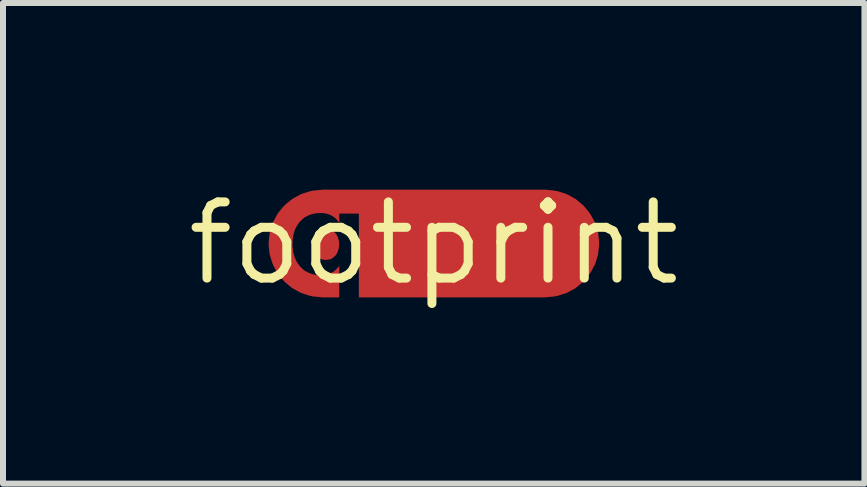
<source format=kicad_pcb>
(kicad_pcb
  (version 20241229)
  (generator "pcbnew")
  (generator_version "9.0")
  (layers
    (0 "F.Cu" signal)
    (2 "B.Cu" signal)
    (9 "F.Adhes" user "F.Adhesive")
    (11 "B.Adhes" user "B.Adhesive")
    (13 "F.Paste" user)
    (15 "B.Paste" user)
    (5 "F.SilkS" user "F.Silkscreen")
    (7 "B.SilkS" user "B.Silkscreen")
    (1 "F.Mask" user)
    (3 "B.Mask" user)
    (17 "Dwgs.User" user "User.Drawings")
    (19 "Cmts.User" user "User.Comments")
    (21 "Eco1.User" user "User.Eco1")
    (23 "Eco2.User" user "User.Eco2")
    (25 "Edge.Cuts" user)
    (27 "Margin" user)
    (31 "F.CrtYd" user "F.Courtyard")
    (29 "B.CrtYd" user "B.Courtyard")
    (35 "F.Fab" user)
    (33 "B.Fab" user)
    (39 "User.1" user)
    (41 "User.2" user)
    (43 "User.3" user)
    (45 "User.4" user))
  (footprint "footprint"
    (layer "F.Cu")
    (at 4.18 1.006)
    (property "Reference" "footprint" (at 0 0 0) (layer "F.SilkS") (effects (font (size 1.27 1.27) (thickness 0.15))))
    (fp_poly (pts (xy -1.761 -0.237) (xy -1.708 -0.227) (xy -1.665 -0.194) (xy -1.627 -0.157) (xy -1.601 -0.11) (xy -1.585 -0.06) (xy -1.577 -0.008) (xy -1.578 0.045) (xy -1.586 0.097) (xy -1.603 0.147) (xy -1.629 0.194) (xy -1.667 0.23) (xy -1.71 0.262) (xy -1.763 0.273) (xy -1.815 0.277) (xy -1.868 0.266) (xy -1.916 0.245) (xy -1.959 0.212) (xy -1.988 0.168) (xy -2.013 0.121) (xy -2.029 0.016) (xy -2.013 -0.089) (xy -1.987 -0.136) (xy -1.957 -0.179) (xy -1.914 -0.212) (xy -1.866 -0.232) (xy -1.813 -0.243)) (stroke (width 0) (type solid)) (fill yes) (layer "F.Cu"))
    (fp_poly (pts (xy 1.914 -0.889) (xy 2.02 -0.878) (xy 2.072 -0.867) (xy 2.174 -0.835) (xy 2.224 -0.817) (xy 2.364 -0.74) (xy 2.487 -0.639) (xy 2.523 -0.599) (xy 2.591 -0.517) (xy 2.62 -0.472) (xy 2.671 -0.379) (xy 2.693 -0.33) (xy 2.741 -0.178) (xy 2.757 -0.019) (xy 2.756 0.034) (xy 2.745 0.14) (xy 2.738 0.193) (xy 2.691 0.346) (xy 2.616 0.487) (xy 2.585 0.53) (xy 2.518 0.612) (xy 2.481 0.651) (xy 2.357 0.752) (xy 2.216 0.828) (xy 2.064 0.876) (xy 2.012 0.886) (xy 1.853 0.901) (xy -1.246 0.901) (xy -1.248 0.867) (xy -1.248 -0.495) (xy -1.25 -0.495) (xy -1.573 -0.495) (xy -1.574 -0.461) (xy -1.574 -0.408) (xy -1.574 -0.34) (xy -1.628 -0.409) (xy -1.669 -0.441) (xy -1.713 -0.468) (xy -1.762 -0.487) (xy -1.812 -0.499) (xy -1.864 -0.505) (xy -1.916 -0.504) (xy -1.968 -0.499) (xy -2.019 -0.489) (xy -2.069 -0.474) (xy -2.116 -0.451) (xy -2.161 -0.426) (xy -2.2 -0.391) (xy -2.237 -0.354) (xy -2.268 -0.312) (xy -2.294 -0.267) (xy -2.316 -0.22) (xy -2.331 -0.17) (xy -2.344 -0.119) (xy -2.351 -0.067) (xy -2.355 -0.015) (xy -2.354 0.037) (xy -2.35 0.09) (xy -2.343 0.141) (xy -2.33 0.192) (xy -2.314 0.242) (xy -2.293 0.289) (xy -2.267 0.334) (xy -2.236 0.377) (xy -2.2 0.414) (xy -2.161 0.449) (xy -2.116 0.475) (xy -2.069 0.498) (xy -2.02 0.514) (xy -1.969 0.525) (xy -1.917 0.53) (xy -1.865 0.533) (xy -1.813 0.527) (xy -1.762 0.516) (xy -1.714 0.497) (xy -1.669 0.471) (xy -1.629 0.438) (xy -1.575 0.377) (xy -1.574 0.433) (xy -1.574 0.857) (xy -1.575 0.901) (xy -1.859 0.901) (xy -2.018 0.885) (xy -2.07 0.873) (xy -2.171 0.841) (xy -2.221 0.822) (xy -2.361 0.745) (xy -2.484 0.644) (xy -2.587 0.521) (xy -2.616 0.476) (xy -2.667 0.383) (xy -2.689 0.334) (xy -2.736 0.182) (xy -2.752 0.023) (xy -2.75 -0.031) (xy -2.739 -0.136) (xy -2.732 -0.189) (xy -2.684 -0.342) (xy -2.609 -0.483) (xy -2.578 -0.526) (xy -2.51 -0.608) (xy -2.473 -0.646) (xy -2.391 -0.714) (xy -2.348 -0.746) (xy -2.208 -0.822) (xy -2.055 -0.87) (xy -2.003 -0.879) (xy -1.844 -0.894) (xy 1.862 -0.894)) (stroke (width 0) (type solid)) (fill yes) (layer "F.Cu")))
  (gr_rect
    (start -3 -3)
    (end 11.36 5.012)
    (stroke (width 0.1) (type default))
    (fill no)
    (layer "Edge.Cuts")))
</source>
